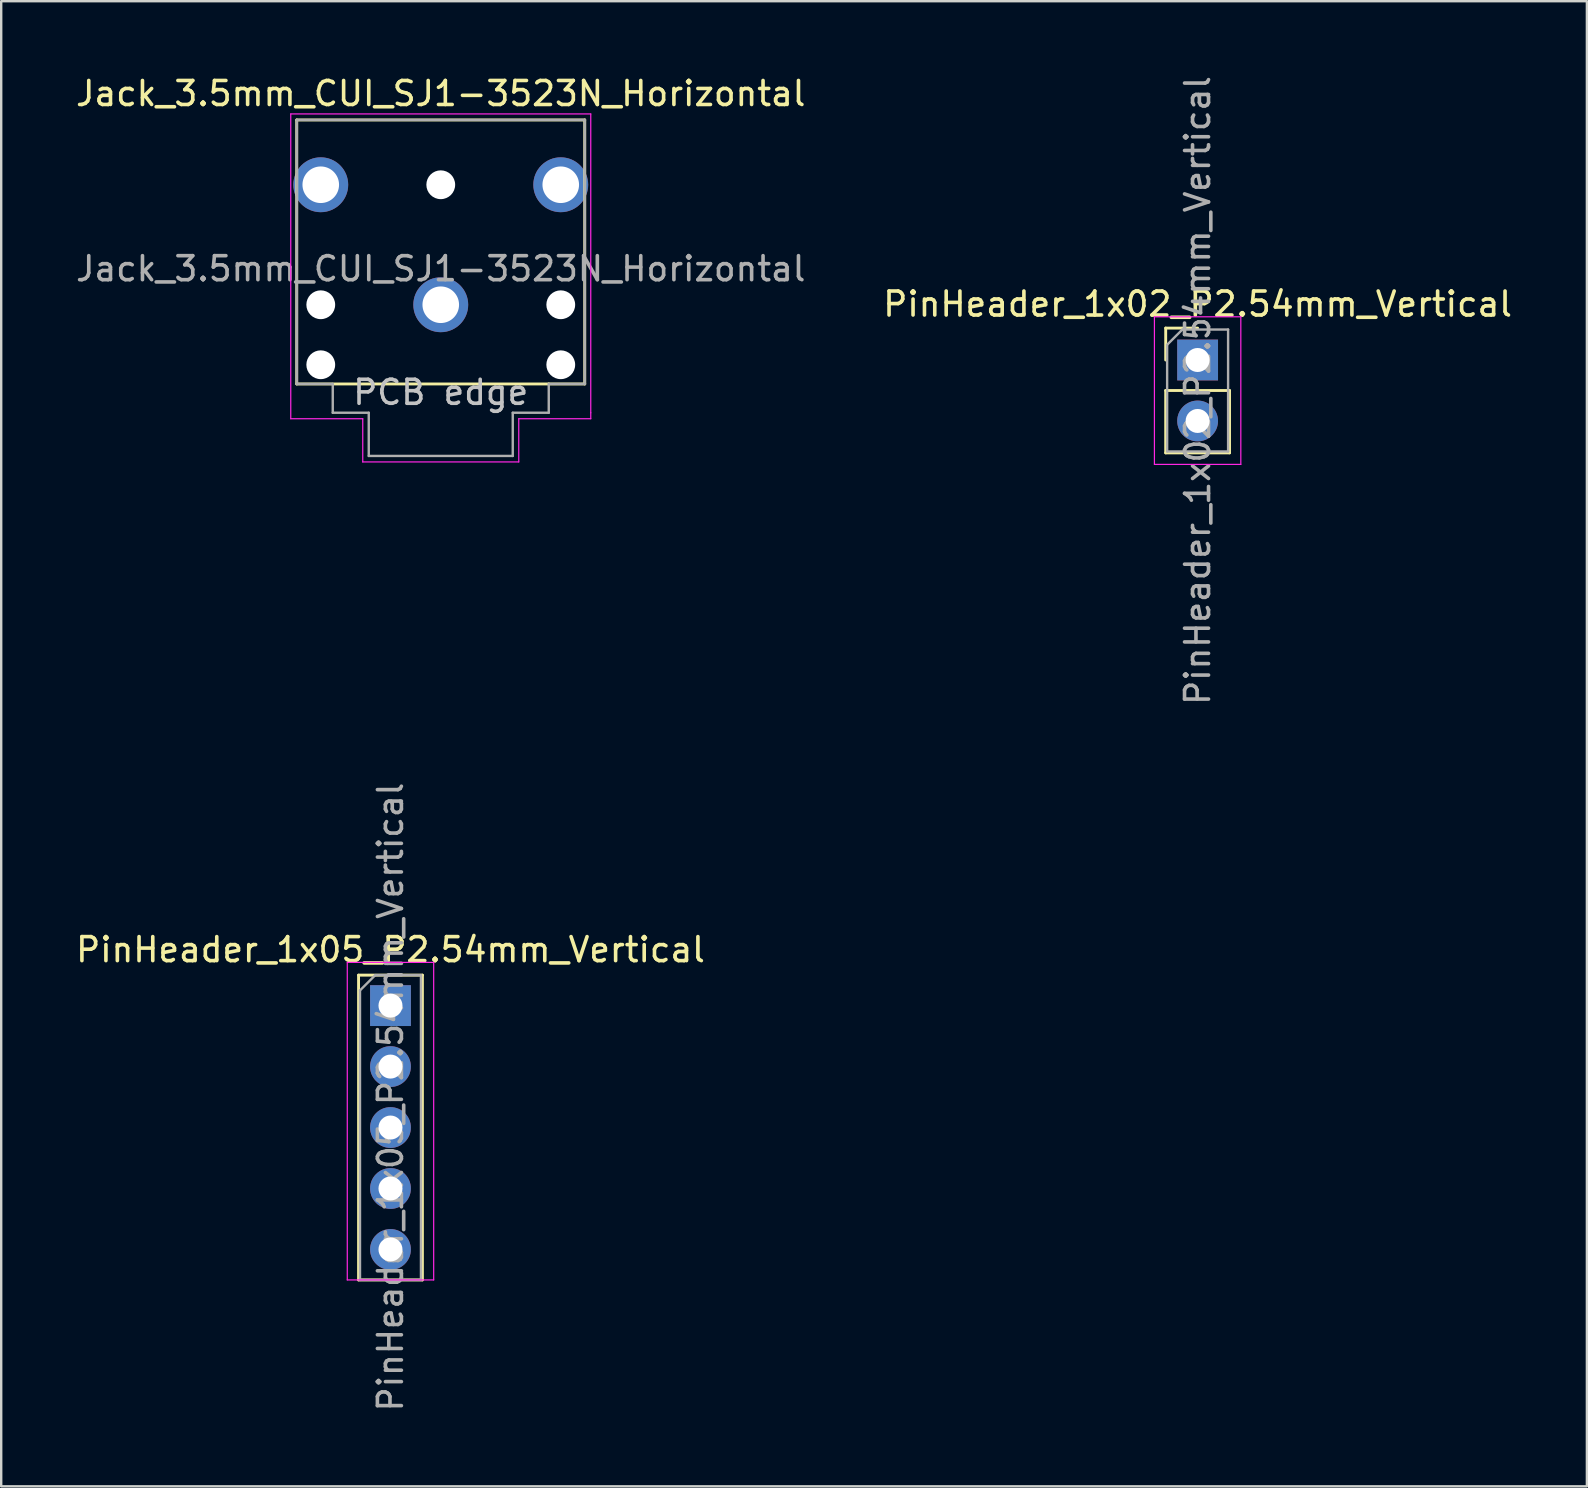
<source format=kicad_pcb>
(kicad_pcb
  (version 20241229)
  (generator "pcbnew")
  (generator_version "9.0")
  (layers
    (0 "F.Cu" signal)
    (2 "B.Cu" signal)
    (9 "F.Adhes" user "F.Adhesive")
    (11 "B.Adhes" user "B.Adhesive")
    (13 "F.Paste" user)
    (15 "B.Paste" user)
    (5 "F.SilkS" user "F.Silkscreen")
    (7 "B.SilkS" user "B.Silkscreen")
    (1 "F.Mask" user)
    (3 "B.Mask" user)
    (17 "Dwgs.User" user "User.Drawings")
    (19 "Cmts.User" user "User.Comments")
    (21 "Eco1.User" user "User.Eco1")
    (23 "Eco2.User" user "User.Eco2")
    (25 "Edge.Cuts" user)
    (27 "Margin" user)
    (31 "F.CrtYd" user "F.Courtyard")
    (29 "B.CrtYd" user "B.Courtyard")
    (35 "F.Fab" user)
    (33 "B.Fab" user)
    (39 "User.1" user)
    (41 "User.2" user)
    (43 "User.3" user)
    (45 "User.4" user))
  (footprint "PinHeader_1x02_P2.54mm_Vertical"
    (layer "F.Cu")
    (at 46.851 11.95)
    (property "Reference" "PinHeader_1x02_P2.54mm_Vertical" (at 0 -2.33 0) (layer "F.SilkS") (effects (font (size 1 1) (thickness 0.15))))
    (attr through_hole)
    (fp_line (start -1.33 -1.33) (end 0 -1.33) (stroke (width 0.12) (type solid)) (layer "F.SilkS"))
    (fp_line (start -1.33 0) (end -1.33 -1.33) (stroke (width 0.12) (type solid)) (layer "F.SilkS"))
    (fp_line (start -1.33 1.27) (end -1.33 3.87) (stroke (width 0.12) (type solid)) (layer "F.SilkS"))
    (fp_line (start -1.33 1.27) (end 1.33 1.27) (stroke (width 0.12) (type solid)) (layer "F.SilkS"))
    (fp_line (start -1.33 3.87) (end 1.33 3.87) (stroke (width 0.12) (type solid)) (layer "F.SilkS"))
    (fp_line (start 1.33 1.27) (end 1.33 3.87) (stroke (width 0.12) (type solid)) (layer "F.SilkS"))
    (fp_line (start -1.8 -1.8) (end -1.8 4.35) (stroke (width 0.05) (type solid)) (layer "F.CrtYd"))
    (fp_line (start -1.8 4.35) (end 1.8 4.35) (stroke (width 0.05) (type solid)) (layer "F.CrtYd"))
    (fp_line (start 1.8 -1.8) (end -1.8 -1.8) (stroke (width 0.05) (type solid)) (layer "F.CrtYd"))
    (fp_line (start 1.8 4.35) (end 1.8 -1.8) (stroke (width 0.05) (type solid)) (layer "F.CrtYd"))
    (fp_line (start -1.27 -0.635) (end -0.635 -1.27) (stroke (width 0.1) (type solid)) (layer "F.Fab"))
    (fp_line (start -1.27 3.81) (end -1.27 -0.635) (stroke (width 0.1) (type solid)) (layer "F.Fab"))
    (fp_line (start -0.635 -1.27) (end 1.27 -1.27) (stroke (width 0.1) (type solid)) (layer "F.Fab"))
    (fp_line (start 1.27 -1.27) (end 1.27 3.81) (stroke (width 0.1) (type solid)) (layer "F.Fab"))
    (fp_line (start 1.27 3.81) (end -1.27 3.81) (stroke (width 0.1) (type solid)) (layer "F.Fab"))
    (fp_text user "${REFERENCE}" (at 0 1.27 90) (layer "F.Fab") (effects (font (size 1 1) (thickness 0.15))))
    (pad "1" thru_hole rect (at 0 0) (size 1.7 1.7) (drill 1) (layers "*.Cu" "*.Mask"))
    (pad "2" thru_hole oval (at 0 2.54) (size 1.7 1.7) (drill 1) (layers "*.Cu" "*.Mask")))
  (footprint "PinHeader_1x05_P2.54mm_Vertical"
    (layer "F.Cu")
    (at 13.22 38.851)
    (property "Reference" "PinHeader_1x05_P2.54mm_Vertical" (at 0 -2.33 0) (layer "F.SilkS") (effects (font (size 1 1) (thickness 0.15))))
    (attr through_hole)
    (fp_line (start -1.33 -1.27) (end -1.33 11.43) (stroke (width 0.12) (type solid)) (layer "F.SilkS"))
    (fp_line (start -1.33 -1.27) (end 1.33 -1.27) (stroke (width 0.12) (type solid)) (layer "F.SilkS"))
    (fp_line (start -1.33 11.43) (end 1.33 11.43) (stroke (width 0.12) (type solid)) (layer "F.SilkS"))
    (fp_line (start 1.33 -1.27) (end 1.33 11.43) (stroke (width 0.12) (type solid)) (layer "F.SilkS"))
    (fp_line (start -1.8 -1.8) (end -1.8 11.43) (stroke (width 0.05) (type solid)) (layer "F.CrtYd"))
    (fp_line (start -1.8 11.43) (end 1.8 11.43) (stroke (width 0.05) (type solid)) (layer "F.CrtYd"))
    (fp_line (start 1.8 -1.8) (end -1.8 -1.8) (stroke (width 0.05) (type solid)) (layer "F.CrtYd"))
    (fp_line (start 1.8 11.43) (end 1.8 -1.8) (stroke (width 0.05) (type solid)) (layer "F.CrtYd"))
    (fp_line (start -1.27 -0.635) (end -0.635 -1.27) (stroke (width 0.1) (type solid)) (layer "F.Fab"))
    (fp_line (start -1.27 11.43) (end -1.27 -0.635) (stroke (width 0.1) (type solid)) (layer "F.Fab"))
    (fp_line (start -0.635 -1.27) (end 1.27 -1.27) (stroke (width 0.1) (type solid)) (layer "F.Fab"))
    (fp_line (start 1.27 -1.27) (end 1.27 11.43) (stroke (width 0.1) (type solid)) (layer "F.Fab"))
    (fp_line (start 1.27 11.43) (end -1.27 11.43) (stroke (width 0.1) (type solid)) (layer "F.Fab"))
    (fp_text user "${REFERENCE}" (at 0 3.81 90) (layer "F.Fab") (effects (font (size 1 1) (thickness 0.15))))
    (pad "1" thru_hole rect (at 0 0) (size 1.7 1.7) (drill 1) (layers "*.Cu" "*.Mask"))
    (pad "2" thru_hole oval (at 0 2.54) (size 1.7 1.7) (drill 1) (layers "*.Cu" "*.Mask"))
    (pad "3" thru_hole oval (at 0 5.08) (size 1.7 1.7) (drill 1) (layers "*.Cu" "*.Mask"))
    (pad "4" thru_hole oval (at 0 7.62) (size 1.7 1.7) (drill 1) (layers "*.Cu" "*.Mask"))
    (pad "5" thru_hole oval (at 0 10.16) (size 1.7 1.7) (drill 1) (layers "*.Cu" "*.Mask")))
  (footprint "Jack_3.5mm_CUI_SJ1-3523N_Horizontal"
    (layer "F.Cu")
    (at 15.315 9.648)
    (property "Reference" "Jack_3.5mm_CUI_SJ1-3523N_Horizontal" (at 0 -8.8 0) (layer "F.SilkS") (effects (font (size 1 1) (thickness 0.15))))
    (attr through_hole exclude_from_pos_files exclude_from_bom)
    (fp_line (start -6 -7.7) (end 6 -7.7) (stroke (width 0.12) (type solid)) (layer "F.SilkS"))
    (fp_line (start -6 3.3) (end -6 -7.7) (stroke (width 0.12) (type solid)) (layer "F.SilkS"))
    (fp_line (start 4.5 3.3) (end -6 3.3) (stroke (width 0.12) (type solid)) (layer "F.SilkS"))
    (fp_line (start 6 -7.7) (end 6 3.3) (stroke (width 0.12) (type solid)) (layer "F.SilkS"))
    (fp_line (start 6 3.3) (end 4.5 3.3) (stroke (width 0.12) (type solid)) (layer "F.SilkS"))
    (fp_line (start -6.25 -7.95) (end -6.25 4.75) (stroke (width 0.05) (type solid)) (layer "F.CrtYd"))
    (fp_line (start -6.25 4.75) (end -3.25 4.75) (stroke (width 0.05) (type solid)) (layer "F.CrtYd"))
    (fp_line (start -3.25 4.75) (end -3.25 6.55) (stroke (width 0.05) (type solid)) (layer "F.CrtYd"))
    (fp_line (start -3.25 6.55) (end 3.25 6.55) (stroke (width 0.05) (type solid)) (layer "F.CrtYd"))
    (fp_line (start 3.25 4.75) (end 6.25 4.75) (stroke (width 0.05) (type solid)) (layer "F.CrtYd"))
    (fp_line (start 3.25 6.55) (end 3.25 4.75) (stroke (width 0.05) (type solid)) (layer "F.CrtYd"))
    (fp_line (start 6.25 -7.95) (end -6.25 -7.95) (stroke (width 0.05) (type solid)) (layer "F.CrtYd"))
    (fp_line (start 6.25 4.5) (end 6.25 -7.95) (stroke (width 0.05) (type solid)) (layer "F.CrtYd"))
    (fp_line (start 6.25 4.75) (end 6.25 4.5) (stroke (width 0.05) (type solid)) (layer "F.CrtYd"))
    (fp_line (start -6 -7.7) (end 6 -7.7) (stroke (width 0.1) (type solid)) (layer "F.Fab"))
    (fp_line (start -6 3.3) (end -6 -7.7) (stroke (width 0.1) (type solid)) (layer "F.Fab"))
    (fp_line (start -4.5 3.3) (end -6 3.3) (stroke (width 0.1) (type solid)) (layer "F.Fab"))
    (fp_line (start -4.5 4.5) (end -4.5 3.3) (stroke (width 0.1) (type solid)) (layer "F.Fab"))
    (fp_line (start -4.5 4.5) (end -3 4.5) (stroke (width 0.1) (type solid)) (layer "F.Fab"))
    (fp_line (start -3 4.5) (end -3 6.3) (stroke (width 0.1) (type solid)) (layer "F.Fab"))
    (fp_line (start -3 6.3) (end 3 6.3) (stroke (width 0.1) (type solid)) (layer "F.Fab"))
    (fp_line (start 3 4.5) (end 3 6.3) (stroke (width 0.1) (type solid)) (layer "F.Fab"))
    (fp_line (start 4.5 3.3) (end 6 3.3) (stroke (width 0.1) (type solid)) (layer "F.Fab"))
    (fp_line (start 4.5 4.5) (end 3 4.5) (stroke (width 0.1) (type solid)) (layer "F.Fab"))
    (fp_line (start 4.5 4.5) (end 4.5 3.3) (stroke (width 0.1) (type solid)) (layer "F.Fab"))
    (fp_line (start 6 3.3) (end 6 -7.7) (stroke (width 0.1) (type solid)) (layer "F.Fab"))
    (fp_text user "PCB edge" (at 0 3.65 0) (unlocked yes) (layer "Dwgs.User") (effects (font (size 1 1) (thickness 0.15))))
    (fp_text user "${REFERENCE}" (at 0 -1.5 0) (layer "F.Fab") (effects (font (size 1 1) (thickness 0.15))))
    (pad "" np_thru_hole circle (at -5 0) (size 1.2 1.2) (drill 1.2) (layers "*.Cu"))
    (pad "" np_thru_hole circle (at -5 2.5) (size 1.2 1.2) (drill 1.2) (layers "*.Cu"))
    (pad "" np_thru_hole circle (at 0 -5) (size 1.2 1.2) (drill 1.2) (layers "*.Cu"))
    (pad "" np_thru_hole circle (at 5 0) (size 1.2 1.2) (drill 1.2) (layers "*.Cu"))
    (pad "" np_thru_hole circle (at 5 2.5) (size 1.2 1.2) (drill 1.2) (layers "*.Cu"))
    (pad "R" thru_hole circle (at -5 -5) (size 2.286 2.286) (drill 1.524) (layers "*.Cu" "*.Mask"))
    (pad "S" thru_hole circle (at 0 0) (size 2.286 2.286) (drill 1.524) (layers "*.Cu" "*.Mask"))
    (pad "T" thru_hole circle (at 5 -5 180) (size 2.286 2.286) (drill 1.524) (layers "*.Cu" "*.Mask")))
  (gr_rect
    (start -3 -3)
    (end 63.071 58.881)
    (stroke (width 0.1) (type default))
    (fill no)
    (layer "Edge.Cuts")))
</source>
